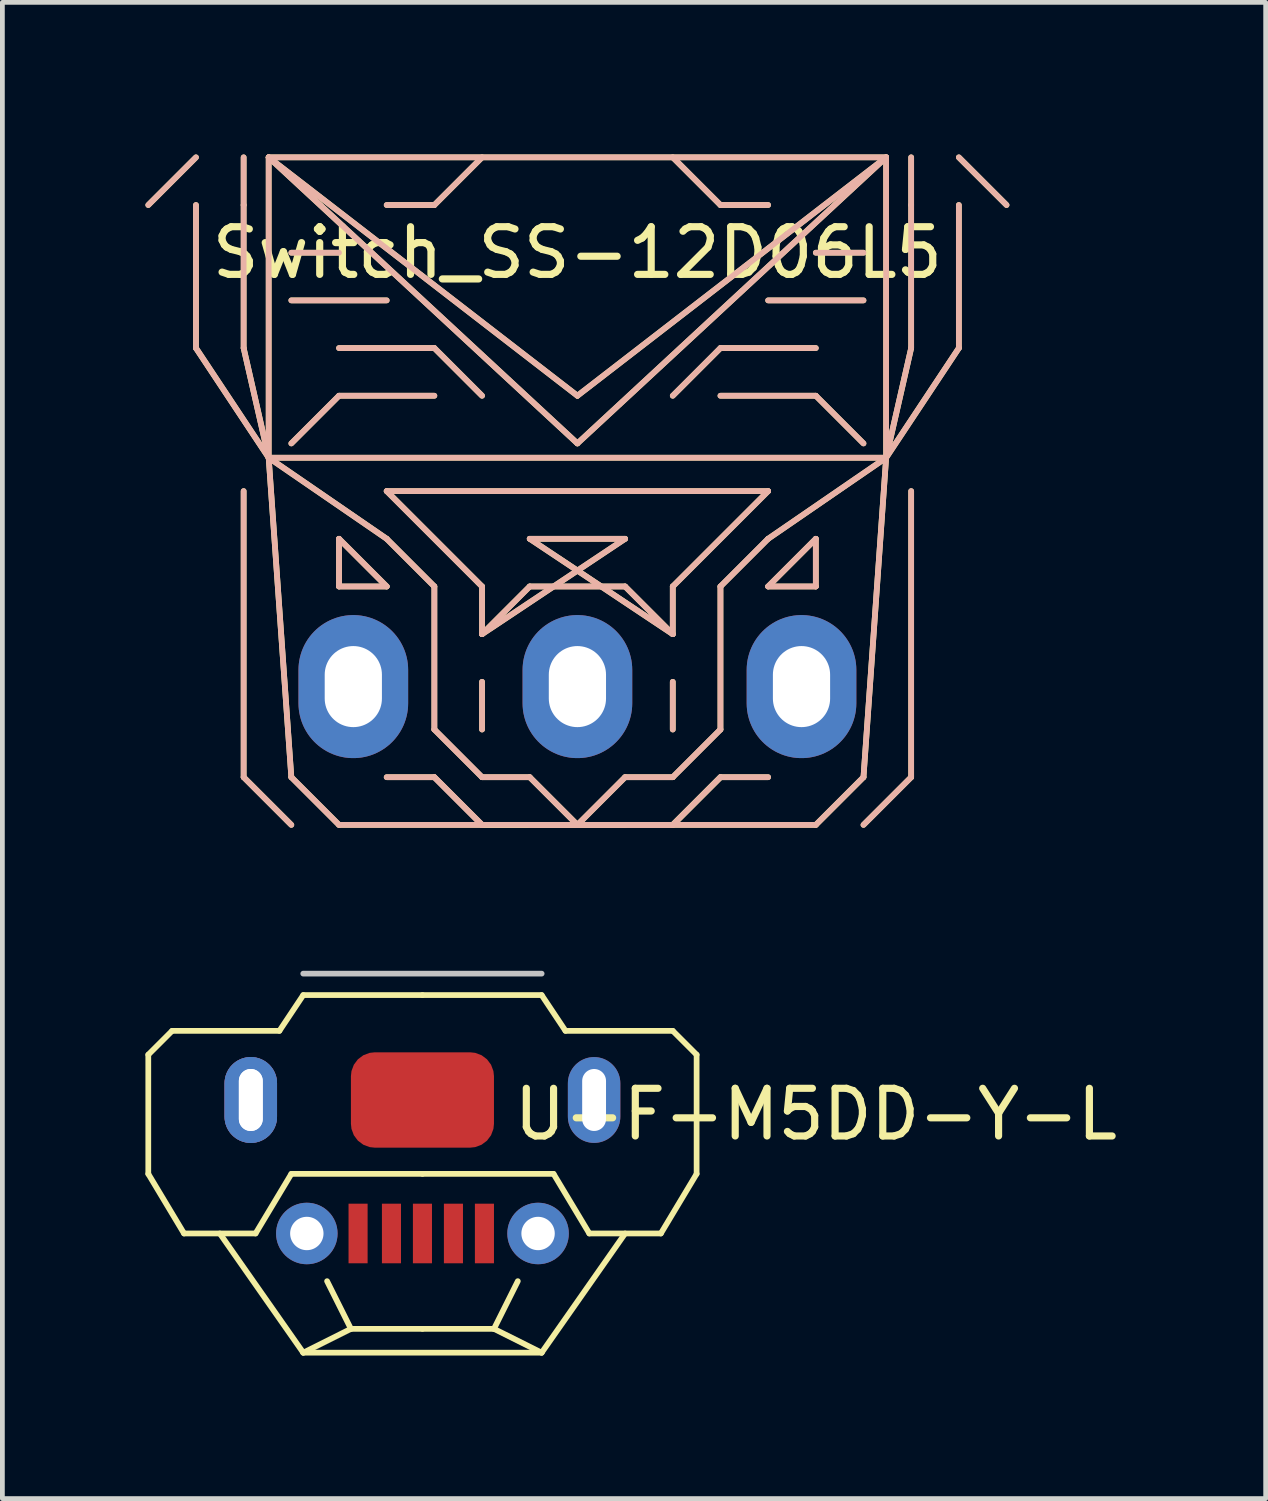
<source format=kicad_pcb>
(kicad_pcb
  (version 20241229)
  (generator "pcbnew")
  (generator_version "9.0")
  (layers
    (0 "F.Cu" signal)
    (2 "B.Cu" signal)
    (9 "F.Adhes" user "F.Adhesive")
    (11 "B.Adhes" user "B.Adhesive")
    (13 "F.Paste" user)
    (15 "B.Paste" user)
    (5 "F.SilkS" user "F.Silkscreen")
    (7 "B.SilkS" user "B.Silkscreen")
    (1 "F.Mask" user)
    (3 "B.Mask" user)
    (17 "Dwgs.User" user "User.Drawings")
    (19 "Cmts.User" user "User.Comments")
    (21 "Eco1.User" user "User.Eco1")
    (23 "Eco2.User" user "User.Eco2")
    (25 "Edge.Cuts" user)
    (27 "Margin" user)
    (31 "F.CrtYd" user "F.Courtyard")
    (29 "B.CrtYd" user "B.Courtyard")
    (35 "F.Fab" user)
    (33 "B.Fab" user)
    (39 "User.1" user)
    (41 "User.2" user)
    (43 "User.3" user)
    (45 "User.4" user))
  (footprint "U-F-M5DD-Y-L"
    (layer "F.Cu")
    (at 5.81 22.82)
    (property "Reference" "U-F-M5DD-Y-L" (at 8.25 -2.5 0) (layer "F.SilkS") (effects (font (size 1 1) (thickness 0.15))))
    (attr through_hole)
    (fp_line (start -5 -1.95) (end -5 -3.65) (stroke (width 0.12) (type solid)) (layer "F.Mask"))
    (fp_line (start -3.6 -3.65) (end -5 -3.65) (stroke (width 0.12) (type solid)) (layer "F.Mask"))
    (fp_line (start -3.6 -1.95) (end -5 -1.95) (stroke (width 0.12) (type solid)) (layer "F.Mask"))
    (fp_line (start 3.6 -3.65) (end 5 -3.65) (stroke (width 0.12) (type solid)) (layer "F.Mask"))
    (fp_line (start 3.6 -1.95) (end 5 -1.95) (stroke (width 0.12) (type solid)) (layer "F.Mask"))
    (fp_line (start 5 -3.65) (end 5 -1.95) (stroke (width 0.12) (type solid)) (layer "F.Mask"))
    (fp_poly (pts (xy -5 -3.65) (xy -3.6 -3.65) (xy -3.6 -1.95) (xy -5 -1.95)) (stroke (width 0.1) (type solid)) (fill yes) (layer "F.Mask"))
    (fp_poly (pts (xy 5 -1.95) (xy 3.6 -1.95) (xy 3.6 -3.65) (xy 5 -3.65)) (stroke (width 0.1) (type solid)) (fill yes) (layer "F.Mask"))
    (fp_line (start -5.75 -3.75) (end -5.75 -1.25) (stroke (width 0.12) (type solid)) (layer "F.SilkS"))
    (fp_line (start -5.75 -1.25) (end -5 0) (stroke (width 0.12) (type solid)) (layer "F.SilkS"))
    (fp_line (start -5.25 -4.25) (end -5.75 -3.75) (stroke (width 0.12) (type solid)) (layer "F.SilkS"))
    (fp_line (start -5 0) (end -3.5 0) (stroke (width 0.12) (type solid)) (layer "F.SilkS"))
    (fp_line (start -4.25 0) (end -2.5 2.5) (stroke (width 0.12) (type solid)) (layer "F.SilkS"))
    (fp_line (start -3.5 0) (end -2.75 -1.25) (stroke (width 0.12) (type solid)) (layer "F.SilkS"))
    (fp_line (start -3 -4.25) (end -5.25 -4.25) (stroke (width 0.12) (type solid)) (layer "F.SilkS"))
    (fp_line (start -2.75 -1.25) (end 0 -1.25) (stroke (width 0.12) (type solid)) (layer "F.SilkS"))
    (fp_line (start -2.5 -5) (end -3 -4.25) (stroke (width 0.12) (type solid)) (layer "F.SilkS"))
    (fp_line (start -2.5 2.5) (end -1.5 2) (stroke (width 0.12) (type solid)) (layer "F.SilkS"))
    (fp_line (start -2.5 2.5) (end 2.5 2.5) (stroke (width 0.12) (type solid)) (layer "F.SilkS"))
    (fp_line (start -1.5 2) (end -2 1) (stroke (width 0.12) (type solid)) (layer "F.SilkS"))
    (fp_line (start -1.5 2) (end 0 2) (stroke (width 0.12) (type solid)) (layer "F.SilkS"))
    (fp_line (start 0 -5) (end -2.5 -5) (stroke (width 0.12) (type solid)) (layer "F.SilkS"))
    (fp_line (start 0 -5) (end 2.5 -5) (stroke (width 0.12) (type solid)) (layer "F.SilkS"))
    (fp_line (start 0 2) (end 1.5 2) (stroke (width 0.12) (type solid)) (layer "F.SilkS"))
    (fp_line (start 1.5 2) (end 2 1) (stroke (width 0.12) (type solid)) (layer "F.SilkS"))
    (fp_line (start 1.5 2) (end 2.5 2.5) (stroke (width 0.12) (type solid)) (layer "F.SilkS"))
    (fp_line (start 2.5 -5) (end 3 -4.25) (stroke (width 0.12) (type solid)) (layer "F.SilkS"))
    (fp_line (start 2.5 2.5) (end 4.25 0) (stroke (width 0.12) (type solid)) (layer "F.SilkS"))
    (fp_line (start 2.75 -1.25) (end 0 -1.25) (stroke (width 0.12) (type solid)) (layer "F.SilkS"))
    (fp_line (start 3 -4.25) (end 5.25 -4.25) (stroke (width 0.12) (type solid)) (layer "F.SilkS"))
    (fp_line (start 3.5 0) (end 2.75 -1.25) (stroke (width 0.12) (type solid)) (layer "F.SilkS"))
    (fp_line (start 5 0) (end 3.5 0) (stroke (width 0.12) (type solid)) (layer "F.SilkS"))
    (fp_line (start 5.25 -4.25) (end 5.75 -3.75) (stroke (width 0.12) (type solid)) (layer "F.SilkS"))
    (fp_line (start 5.75 -3.75) (end 5.75 -1.25) (stroke (width 0.12) (type solid)) (layer "F.SilkS"))
    (fp_line (start 5.75 -1.25) (end 5 0) (stroke (width 0.12) (type solid)) (layer "F.SilkS"))
    (fp_poly (pts (xy -3.9 -1.9) (xy -5.05 -1.9) (xy -5.05 -3.7) (xy -3.9 -3.7)) (stroke (width 0.1) (type solid)) (fill yes) (layer "F.Paste"))
    (fp_poly (pts (xy 3.9 -3.65) (xy 5 -3.65) (xy 5 -1.9) (xy 3.9 -1.9)) (stroke (width 0.1) (type solid)) (fill yes) (layer "F.Paste"))
    (fp_line (start -2.5 -5.45) (end 2.5 -5.45) (stroke (width 0.12) (type solid)) (layer "Dwgs.User"))
    (pad "1" smd rect (at 1.3 0) (size 0.4 1.25) (layers "F.Cu" "F.Mask" "F.Paste"))
    (pad "2" smd rect (at 0.65 0) (size 0.4 1.25) (layers "F.Cu" "F.Mask" "F.Paste"))
    (pad "3" smd rect (at 0 0) (size 0.4 1.25) (layers "F.Cu" "F.Mask" "F.Paste"))
    (pad "4" smd rect (at -0.65 0) (size 0.4 1.25) (layers "F.Cu" "F.Mask" "F.Paste"))
    (pad "5" smd rect (at -1.35 0) (size 0.4 1.25) (layers "F.Cu" "F.Mask" "F.Paste"))
    (pad "6" thru_hole oval (at -3.6 -2.8) (size 1.1 1.8) (drill oval 0.5 1.3) (layers "*.Cu" "*.Mask"))
    (pad "6" thru_hole oval (at -3.6 -2.8) (size 1.1 1.8) (drill oval 0.5 1.3) (layers "*.Cu" "*.Mask"))
    (pad "6" thru_hole circle (at -2.425 0) (size 1.29 1.29) (drill 0.7) (layers "*.Cu" "*.Mask"))
    (pad "6" smd roundrect (at 0 -2.8 180) (size 3 2) (layers "F.Cu" "F.Mask" "F.Paste") (roundrect_rratio 0.25))
    (pad "6" thru_hole circle (at 2.425 0 180) (size 1.29 1.29) (drill 0.7) (layers "*.Cu" "*.Mask"))
    (pad "6" thru_hole oval (at 3.6 -2.8 180) (size 1.1 1.8) (drill oval 0.5 1.3) (layers "*.Cu" "*.Mask")))
  (footprint "Switch_SS-12D06L5"
    (layer "F.Cu")
    (at 9.06 0.25)
    (property "Reference" "Switch_SS-12D06L5" (at 0 2 0) (layer "F.SilkS") (effects (font (size 1 1) (thickness 0.15))))
    (attr through_hole)
    (fp_line (start -9 1) (end -8 0) (stroke (width 0.12) (type solid)) (layer "F.SilkS"))
    (fp_line (start -8 1) (end -8 4) (stroke (width 0.12) (type solid)) (layer "F.SilkS"))
    (fp_line (start -8 4) (end -6.475 6.3) (stroke (width 0.12) (type solid)) (layer "F.SilkS"))
    (fp_line (start -7 1) (end -7 0) (stroke (width 0.12) (type solid)) (layer "F.SilkS"))
    (fp_line (start -7 4) (end -7 1) (stroke (width 0.12) (type solid)) (layer "F.SilkS"))
    (fp_line (start -7 4) (end -6.475 6.3) (stroke (width 0.12) (type solid)) (layer "F.SilkS"))
    (fp_line (start -7 7) (end -7 13) (stroke (width 0.12) (type solid)) (layer "F.SilkS"))
    (fp_line (start -7 13) (end -6 14) (stroke (width 0.12) (type solid)) (layer "F.SilkS"))
    (fp_line (start -6.475 0) (end -6.475 6.3) (stroke (width 0.12) (type solid)) (layer "F.SilkS"))
    (fp_line (start -6.475 0) (end 0 6) (stroke (width 0.12) (type solid)) (layer "F.SilkS"))
    (fp_line (start -6.475 0) (end 6.475 0) (stroke (width 0.12) (type solid)) (layer "F.SilkS"))
    (fp_line (start -6.475 6.3) (end -6 13) (stroke (width 0.12) (type solid)) (layer "F.SilkS"))
    (fp_line (start -6 13) (end -5 14) (stroke (width 0.12) (type solid)) (layer "F.SilkS"))
    (fp_line (start -5 2) (end -6 2) (stroke (width 0.12) (type solid)) (layer "F.SilkS"))
    (fp_line (start -5 5) (end -6 6) (stroke (width 0.12) (type solid)) (layer "F.SilkS"))
    (fp_line (start -5 8) (end -5 9) (stroke (width 0.12) (type solid)) (layer "F.SilkS"))
    (fp_line (start -5 14) (end 0 14) (stroke (width 0.12) (type solid)) (layer "F.SilkS"))
    (fp_line (start -4 1) (end -3 1) (stroke (width 0.12) (type solid)) (layer "F.SilkS"))
    (fp_line (start -4 3) (end -6 3) (stroke (width 0.12) (type solid)) (layer "F.SilkS"))
    (fp_line (start -4 7) (end -2 9) (stroke (width 0.12) (type solid)) (layer "F.SilkS"))
    (fp_line (start -4 8) (end -6.475 6.3) (stroke (width 0.12) (type solid)) (layer "F.SilkS"))
    (fp_line (start -4 9) (end -5 8) (stroke (width 0.12) (type solid)) (layer "F.SilkS"))
    (fp_line (start -4 9) (end -5 9) (stroke (width 0.12) (type solid)) (layer "F.SilkS"))
    (fp_line (start -4 13) (end -3 13) (stroke (width 0.12) (type solid)) (layer "F.SilkS"))
    (fp_line (start -3 1) (end -2 0) (stroke (width 0.12) (type solid)) (layer "F.SilkS"))
    (fp_line (start -3 4) (end -5 4) (stroke (width 0.12) (type solid)) (layer "F.SilkS"))
    (fp_line (start -3 5) (end -5 5) (stroke (width 0.12) (type solid)) (layer "F.SilkS"))
    (fp_line (start -3 9) (end -4 8) (stroke (width 0.12) (type solid)) (layer "F.SilkS"))
    (fp_line (start -3 12) (end -3 9) (stroke (width 0.12) (type solid)) (layer "F.SilkS"))
    (fp_line (start -3 13) (end -2 14) (stroke (width 0.12) (type solid)) (layer "F.SilkS"))
    (fp_line (start -2 5) (end -3 4) (stroke (width 0.12) (type solid)) (layer "F.SilkS"))
    (fp_line (start -2 9) (end -2 10) (stroke (width 0.12) (type solid)) (layer "F.SilkS"))
    (fp_line (start -2 10) (end -1 9) (stroke (width 0.12) (type solid)) (layer "F.SilkS"))
    (fp_line (start -2 10) (end 1 8) (stroke (width 0.12) (type solid)) (layer "F.SilkS"))
    (fp_line (start -2 11) (end -2 12) (stroke (width 0.12) (type solid)) (layer "F.SilkS"))
    (fp_line (start -2 13) (end -3 12) (stroke (width 0.12) (type solid)) (layer "F.SilkS"))
    (fp_line (start -2 14) (end 1 14) (stroke (width 0.12) (type solid)) (layer "F.SilkS"))
    (fp_line (start -1 8) (end 2 10) (stroke (width 0.12) (type solid)) (layer "F.SilkS"))
    (fp_line (start -1 9) (end 1 9) (stroke (width 0.12) (type solid)) (layer "F.SilkS"))
    (fp_line (start -1 13) (end -2 13) (stroke (width 0.12) (type solid)) (layer "F.SilkS"))
    (fp_line (start 0 5) (end -6.475 0) (stroke (width 0.12) (type solid)) (layer "F.SilkS"))
    (fp_line (start 0 6) (end 6.475 0) (stroke (width 0.12) (type solid)) (layer "F.SilkS"))
    (fp_line (start 0 14) (end -1 13) (stroke (width 0.12) (type solid)) (layer "F.SilkS"))
    (fp_line (start 0 14) (end 1 13) (stroke (width 0.12) (type solid)) (layer "F.SilkS"))
    (fp_line (start 1 8) (end -1 8) (stroke (width 0.12) (type solid)) (layer "F.SilkS"))
    (fp_line (start 1 9) (end 2 10) (stroke (width 0.12) (type solid)) (layer "F.SilkS"))
    (fp_line (start 1 13) (end 2 13) (stroke (width 0.12) (type solid)) (layer "F.SilkS"))
    (fp_line (start 2 5) (end 3 4) (stroke (width 0.12) (type solid)) (layer "F.SilkS"))
    (fp_line (start 2 9) (end 4 7) (stroke (width 0.12) (type solid)) (layer "F.SilkS"))
    (fp_line (start 2 10) (end 2 9) (stroke (width 0.12) (type solid)) (layer "F.SilkS"))
    (fp_line (start 2 11) (end 2 12) (stroke (width 0.12) (type solid)) (layer "F.SilkS"))
    (fp_line (start 2 13) (end 3 12) (stroke (width 0.12) (type solid)) (layer "F.SilkS"))
    (fp_line (start 2 14) (end 3 13) (stroke (width 0.12) (type solid)) (layer "F.SilkS"))
    (fp_line (start 3 1) (end 2 0) (stroke (width 0.12) (type solid)) (layer "F.SilkS"))
    (fp_line (start 3 4) (end 5 4) (stroke (width 0.12) (type solid)) (layer "F.SilkS"))
    (fp_line (start 3 5) (end 5 5) (stroke (width 0.12) (type solid)) (layer "F.SilkS"))
    (fp_line (start 3 9) (end 4 8) (stroke (width 0.12) (type solid)) (layer "F.SilkS"))
    (fp_line (start 3 12) (end 3 9) (stroke (width 0.12) (type solid)) (layer "F.SilkS"))
    (fp_line (start 3 13) (end 2 14) (stroke (width 0.12) (type solid)) (layer "F.SilkS"))
    (fp_line (start 4 1) (end 3 1) (stroke (width 0.12) (type solid)) (layer "F.SilkS"))
    (fp_line (start 4 3) (end 6 3) (stroke (width 0.12) (type solid)) (layer "F.SilkS"))
    (fp_line (start 4 7) (end -4 7) (stroke (width 0.12) (type solid)) (layer "F.SilkS"))
    (fp_line (start 4 8) (end 6.475 6.3) (stroke (width 0.12) (type solid)) (layer "F.SilkS"))
    (fp_line (start 4 9) (end 5 9) (stroke (width 0.12) (type solid)) (layer "F.SilkS"))
    (fp_line (start 4 13) (end 3 13) (stroke (width 0.12) (type solid)) (layer "F.SilkS"))
    (fp_line (start 5 2) (end 6 2) (stroke (width 0.12) (type solid)) (layer "F.SilkS"))
    (fp_line (start 5 5) (end 6 6) (stroke (width 0.12) (type solid)) (layer "F.SilkS"))
    (fp_line (start 5 8) (end 4 9) (stroke (width 0.12) (type solid)) (layer "F.SilkS"))
    (fp_line (start 5 9) (end 5 8) (stroke (width 0.12) (type solid)) (layer "F.SilkS"))
    (fp_line (start 5 14) (end 0 14) (stroke (width 0.12) (type solid)) (layer "F.SilkS"))
    (fp_line (start 6 13) (end 5 14) (stroke (width 0.12) (type solid)) (layer "F.SilkS"))
    (fp_line (start 6 14) (end 7 13) (stroke (width 0.12) (type solid)) (layer "F.SilkS"))
    (fp_line (start 6.475 0) (end 0 5) (stroke (width 0.12) (type solid)) (layer "F.SilkS"))
    (fp_line (start 6.475 0) (end 6.475 6.3) (stroke (width 0.12) (type solid)) (layer "F.SilkS"))
    (fp_line (start 6.475 6.3) (end -6.475 6.3) (stroke (width 0.12) (type solid)) (layer "F.SilkS"))
    (fp_line (start 6.475 6.3) (end 6 13) (stroke (width 0.12) (type solid)) (layer "F.SilkS"))
    (fp_line (start 7 0) (end 7 1) (stroke (width 0.12) (type solid)) (layer "F.SilkS"))
    (fp_line (start 7 1) (end 7 4) (stroke (width 0.12) (type solid)) (layer "F.SilkS"))
    (fp_line (start 7 4) (end 6.475 6.3) (stroke (width 0.12) (type solid)) (layer "F.SilkS"))
    (fp_line (start 7 7) (end 7 13) (stroke (width 0.12) (type solid)) (layer "F.SilkS"))
    (fp_line (start 8 1) (end 8 4) (stroke (width 0.12) (type solid)) (layer "F.SilkS"))
    (fp_line (start 8 4) (end 6.475 6.3) (stroke (width 0.12) (type solid)) (layer "F.SilkS"))
    (fp_line (start 9 1) (end 8 0) (stroke (width 0.12) (type solid)) (layer "F.SilkS"))
    (fp_line (start -9 1) (end -8 0) (stroke (width 0.12) (type solid)) (layer "B.SilkS"))
    (fp_line (start -8 1) (end -8 4) (stroke (width 0.12) (type solid)) (layer "B.SilkS"))
    (fp_line (start -8 4) (end -6.475 6.3) (stroke (width 0.12) (type solid)) (layer "B.SilkS"))
    (fp_line (start -7 0) (end -7 1) (stroke (width 0.12) (type solid)) (layer "B.SilkS"))
    (fp_line (start -7 1) (end -7 4) (stroke (width 0.12) (type solid)) (layer "B.SilkS"))
    (fp_line (start -7 4) (end -6.475 6.3) (stroke (width 0.12) (type solid)) (layer "B.SilkS"))
    (fp_line (start -7 7) (end -7 13) (stroke (width 0.12) (type solid)) (layer "B.SilkS"))
    (fp_line (start -6.475 0) (end -6.475 6.3) (stroke (width 0.12) (type solid)) (layer "B.SilkS"))
    (fp_line (start -6.475 0) (end 0 5) (stroke (width 0.12) (type solid)) (layer "B.SilkS"))
    (fp_line (start -6.475 6.3) (end -6 13) (stroke (width 0.12) (type solid)) (layer "B.SilkS"))
    (fp_line (start -6.475 6.3) (end 6.475 6.3) (stroke (width 0.12) (type solid)) (layer "B.SilkS"))
    (fp_line (start -6 13) (end -5 14) (stroke (width 0.12) (type solid)) (layer "B.SilkS"))
    (fp_line (start -6 14) (end -7 13) (stroke (width 0.12) (type solid)) (layer "B.SilkS"))
    (fp_line (start -5 2) (end -6 2) (stroke (width 0.12) (type solid)) (layer "B.SilkS"))
    (fp_line (start -5 5) (end -6 6) (stroke (width 0.12) (type solid)) (layer "B.SilkS"))
    (fp_line (start -5 8) (end -4 9) (stroke (width 0.12) (type solid)) (layer "B.SilkS"))
    (fp_line (start -5 9) (end -5 8) (stroke (width 0.12) (type solid)) (layer "B.SilkS"))
    (fp_line (start -5 14) (end 0 14) (stroke (width 0.12) (type solid)) (layer "B.SilkS"))
    (fp_line (start -4 1) (end -3 1) (stroke (width 0.12) (type solid)) (layer "B.SilkS"))
    (fp_line (start -4 3) (end -6 3) (stroke (width 0.12) (type solid)) (layer "B.SilkS"))
    (fp_line (start -4 7) (end 4 7) (stroke (width 0.12) (type solid)) (layer "B.SilkS"))
    (fp_line (start -4 8) (end -6.475 6.3) (stroke (width 0.12) (type solid)) (layer "B.SilkS"))
    (fp_line (start -4 9) (end -5 9) (stroke (width 0.12) (type solid)) (layer "B.SilkS"))
    (fp_line (start -4 13) (end -3 13) (stroke (width 0.12) (type solid)) (layer "B.SilkS"))
    (fp_line (start -3 1) (end -2 0) (stroke (width 0.12) (type solid)) (layer "B.SilkS"))
    (fp_line (start -3 4) (end -5 4) (stroke (width 0.12) (type solid)) (layer "B.SilkS"))
    (fp_line (start -3 5) (end -5 5) (stroke (width 0.12) (type solid)) (layer "B.SilkS"))
    (fp_line (start -3 9) (end -4 8) (stroke (width 0.12) (type solid)) (layer "B.SilkS"))
    (fp_line (start -3 12) (end -3 9) (stroke (width 0.12) (type solid)) (layer "B.SilkS"))
    (fp_line (start -3 13) (end -2 14) (stroke (width 0.12) (type solid)) (layer "B.SilkS"))
    (fp_line (start -2 5) (end -3 4) (stroke (width 0.12) (type solid)) (layer "B.SilkS"))
    (fp_line (start -2 9) (end -4 7) (stroke (width 0.12) (type solid)) (layer "B.SilkS"))
    (fp_line (start -2 10) (end -2 9) (stroke (width 0.12) (type solid)) (layer "B.SilkS"))
    (fp_line (start -2 11) (end -2 12) (stroke (width 0.12) (type solid)) (layer "B.SilkS"))
    (fp_line (start -2 13) (end -3 12) (stroke (width 0.12) (type solid)) (layer "B.SilkS"))
    (fp_line (start -2 14) (end -3 13) (stroke (width 0.12) (type solid)) (layer "B.SilkS"))
    (fp_line (start -1 8) (end 1 8) (stroke (width 0.12) (type solid)) (layer "B.SilkS"))
    (fp_line (start -1 9) (end -2 10) (stroke (width 0.12) (type solid)) (layer "B.SilkS"))
    (fp_line (start -1 13) (end -2 13) (stroke (width 0.12) (type solid)) (layer "B.SilkS"))
    (fp_line (start 0 5) (end 6.475 0) (stroke (width 0.12) (type solid)) (layer "B.SilkS"))
    (fp_line (start 0 6) (end -6.475 0) (stroke (width 0.12) (type solid)) (layer "B.SilkS"))
    (fp_line (start 0 14) (end -1 13) (stroke (width 0.12) (type solid)) (layer "B.SilkS"))
    (fp_line (start 0 14) (end 1 13) (stroke (width 0.12) (type solid)) (layer "B.SilkS"))
    (fp_line (start 1 8) (end -2 10) (stroke (width 0.12) (type solid)) (layer "B.SilkS"))
    (fp_line (start 1 9) (end -1 9) (stroke (width 0.12) (type solid)) (layer "B.SilkS"))
    (fp_line (start 1 13) (end 2 13) (stroke (width 0.12) (type solid)) (layer "B.SilkS"))
    (fp_line (start 2 5) (end 3 4) (stroke (width 0.12) (type solid)) (layer "B.SilkS"))
    (fp_line (start 2 9) (end 2 10) (stroke (width 0.12) (type solid)) (layer "B.SilkS"))
    (fp_line (start 2 10) (end -1 8) (stroke (width 0.12) (type solid)) (layer "B.SilkS"))
    (fp_line (start 2 10) (end 1 9) (stroke (width 0.12) (type solid)) (layer "B.SilkS"))
    (fp_line (start 2 11) (end 2 12) (stroke (width 0.12) (type solid)) (layer "B.SilkS"))
    (fp_line (start 2 13) (end 3 12) (stroke (width 0.12) (type solid)) (layer "B.SilkS"))
    (fp_line (start 2 14) (end -1 14) (stroke (width 0.12) (type solid)) (layer "B.SilkS"))
    (fp_line (start 3 1) (end 2 0) (stroke (width 0.12) (type solid)) (layer "B.SilkS"))
    (fp_line (start 3 4) (end 5 4) (stroke (width 0.12) (type solid)) (layer "B.SilkS"))
    (fp_line (start 3 5) (end 5 5) (stroke (width 0.12) (type solid)) (layer "B.SilkS"))
    (fp_line (start 3 9) (end 4 8) (stroke (width 0.12) (type solid)) (layer "B.SilkS"))
    (fp_line (start 3 12) (end 3 9) (stroke (width 0.12) (type solid)) (layer "B.SilkS"))
    (fp_line (start 3 13) (end 2 14) (stroke (width 0.12) (type solid)) (layer "B.SilkS"))
    (fp_line (start 4 1) (end 3 1) (stroke (width 0.12) (type solid)) (layer "B.SilkS"))
    (fp_line (start 4 3) (end 6 3) (stroke (width 0.12) (type solid)) (layer "B.SilkS"))
    (fp_line (start 4 7) (end 2 9) (stroke (width 0.12) (type solid)) (layer "B.SilkS"))
    (fp_line (start 4 8) (end 6.475 6.3) (stroke (width 0.12) (type solid)) (layer "B.SilkS"))
    (fp_line (start 4 9) (end 5 8) (stroke (width 0.12) (type solid)) (layer "B.SilkS"))
    (fp_line (start 4 13) (end 3 13) (stroke (width 0.12) (type solid)) (layer "B.SilkS"))
    (fp_line (start 5 2) (end 6 2) (stroke (width 0.12) (type solid)) (layer "B.SilkS"))
    (fp_line (start 5 5) (end 6 6) (stroke (width 0.12) (type solid)) (layer "B.SilkS"))
    (fp_line (start 5 8) (end 5 9) (stroke (width 0.12) (type solid)) (layer "B.SilkS"))
    (fp_line (start 5 9) (end 4 9) (stroke (width 0.12) (type solid)) (layer "B.SilkS"))
    (fp_line (start 5 14) (end 0 14) (stroke (width 0.12) (type solid)) (layer "B.SilkS"))
    (fp_line (start 6 13) (end 5 14) (stroke (width 0.12) (type solid)) (layer "B.SilkS"))
    (fp_line (start 6.475 0) (end -6.475 0) (stroke (width 0.12) (type solid)) (layer "B.SilkS"))
    (fp_line (start 6.475 0) (end 0 6) (stroke (width 0.12) (type solid)) (layer "B.SilkS"))
    (fp_line (start 6.475 0) (end 6.475 6.3) (stroke (width 0.12) (type solid)) (layer "B.SilkS"))
    (fp_line (start 6.475 6.3) (end 6 13) (stroke (width 0.12) (type solid)) (layer "B.SilkS"))
    (fp_line (start 7 1) (end 7 0) (stroke (width 0.12) (type solid)) (layer "B.SilkS"))
    (fp_line (start 7 4) (end 6.475 6.3) (stroke (width 0.12) (type solid)) (layer "B.SilkS"))
    (fp_line (start 7 4) (end 7 1) (stroke (width 0.12) (type solid)) (layer "B.SilkS"))
    (fp_line (start 7 7) (end 7 13) (stroke (width 0.12) (type solid)) (layer "B.SilkS"))
    (fp_line (start 7 13) (end 6 14) (stroke (width 0.12) (type solid)) (layer "B.SilkS"))
    (fp_line (start 8 1) (end 8 4) (stroke (width 0.12) (type solid)) (layer "B.SilkS"))
    (fp_line (start 8 4) (end 6.475 6.3) (stroke (width 0.12) (type solid)) (layer "B.SilkS"))
    (fp_line (start 9 1) (end 8 0) (stroke (width 0.12) (type solid)) (layer "B.SilkS"))
    (pad "1" thru_hole oval (at -4.7 11.1) (size 2.3 3) (drill oval 1.2 1.7) (layers "*.Cu" "*.Mask"))
    (pad "2" thru_hole oval (at 0 11.1) (size 2.3 3) (drill oval 1.2 1.7) (layers "*.Cu" "*.Mask"))
    (pad "3" thru_hole oval (at 4.7 11.1) (size 2.3 3) (drill oval 1.2 1.7) (layers "*.Cu" "*.Mask")))
  (gr_rect
    (start -3 -3)
    (end 23.495 28.38)
    (stroke (width 0.1) (type default))
    (fill no)
    (layer "Edge.Cuts")))
</source>
